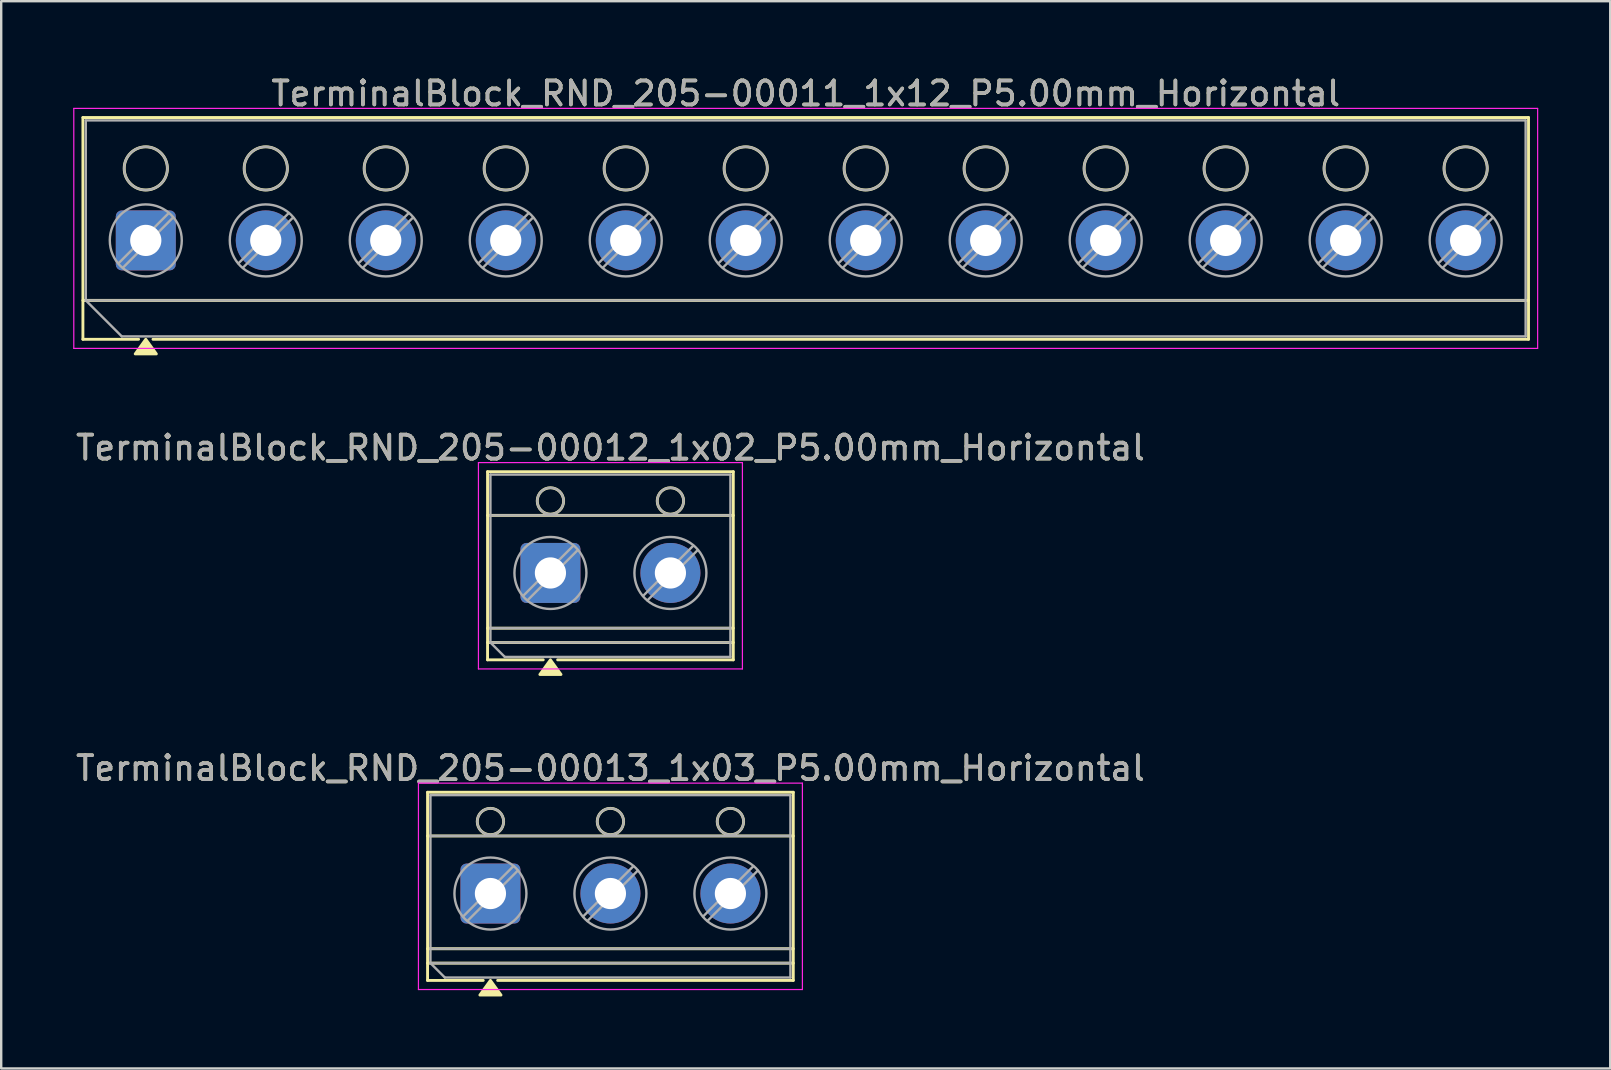
<source format=kicad_pcb>
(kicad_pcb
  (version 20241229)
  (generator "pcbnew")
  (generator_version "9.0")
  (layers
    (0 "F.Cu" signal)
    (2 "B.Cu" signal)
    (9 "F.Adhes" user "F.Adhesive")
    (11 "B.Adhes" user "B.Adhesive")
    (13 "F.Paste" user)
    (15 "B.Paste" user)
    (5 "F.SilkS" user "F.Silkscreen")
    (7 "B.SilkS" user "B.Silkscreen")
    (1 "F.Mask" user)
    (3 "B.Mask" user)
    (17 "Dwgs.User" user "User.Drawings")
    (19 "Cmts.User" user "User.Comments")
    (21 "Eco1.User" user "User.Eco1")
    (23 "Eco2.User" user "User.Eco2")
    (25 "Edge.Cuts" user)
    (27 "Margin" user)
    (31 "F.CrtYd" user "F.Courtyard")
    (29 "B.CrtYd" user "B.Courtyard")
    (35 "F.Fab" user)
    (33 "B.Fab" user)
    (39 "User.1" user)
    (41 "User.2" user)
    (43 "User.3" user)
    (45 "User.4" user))
  (footprint "TerminalBlock_RND_205-00012_1x02_P5.00mm_Horizontal"
    (layer "F.Cu")
    (at 19.887 20.826)
    (property "Reference" "TerminalBlock_RND_205-00012_1x02_P5.00mm_Horizontal" (at 2.5 -5.22 0) (layer "F.SilkS") (effects (font (size 1 1) (thickness 0.15))))
    (attr through_hole)
    (fp_line (start -2.62 -4.22) (end -2.62 3.62) (stroke (width 0.12) (type solid)) (layer "F.SilkS"))
    (fp_line (start -2.62 -4.22) (end 7.62 -4.22) (stroke (width 0.12) (type solid)) (layer "F.SilkS"))
    (fp_line (start -2.62 -2.4) (end 7.62 -2.4) (stroke (width 0.12) (type solid)) (layer "F.SilkS"))
    (fp_line (start -2.62 2.3) (end 7.62 2.3) (stroke (width 0.12) (type solid)) (layer "F.SilkS"))
    (fp_line (start -2.62 2.9) (end 7.62 2.9) (stroke (width 0.12) (type solid)) (layer "F.SilkS"))
    (fp_line (start -2.62 3.62) (end -0.3 3.62) (stroke (width 0.12) (type solid)) (layer "F.SilkS"))
    (fp_line (start 0.3 3.62) (end 7.62 3.62) (stroke (width 0.12) (type solid)) (layer "F.SilkS"))
    (fp_line (start 7.62 -4.22) (end 7.62 3.62) (stroke (width 0.12) (type solid)) (layer "F.SilkS"))
    (fp_circle (center 0 -3) (end 0.55 -3) (stroke (width 0.12) (type solid)) (fill no) (layer "F.SilkS"))
    (fp_circle (center 5 -3) (end 5.55 -3) (stroke (width 0.12) (type solid)) (fill no) (layer "F.SilkS"))
    (fp_poly (pts (xy 0 3.62) (xy 0.44 4.23) (xy -0.44 4.23)) (stroke (width 0.12) (type solid)) (fill yes) (layer "F.SilkS"))
    (fp_line (start -3 -4.6) (end -3 4) (stroke (width 0.05) (type solid)) (layer "F.CrtYd"))
    (fp_line (start -3 4) (end 8 4) (stroke (width 0.05) (type solid)) (layer "F.CrtYd"))
    (fp_line (start 8 -4.6) (end -3 -4.6) (stroke (width 0.05) (type solid)) (layer "F.CrtYd"))
    (fp_line (start 8 4) (end 8 -4.6) (stroke (width 0.05) (type solid)) (layer "F.CrtYd"))
    (fp_line (start -2.5 -4.1) (end 7.5 -4.1) (stroke (width 0.1) (type solid)) (layer "F.Fab"))
    (fp_line (start -2.5 -2.4) (end 7.5 -2.4) (stroke (width 0.1) (type solid)) (layer "F.Fab"))
    (fp_line (start -2.5 2.3) (end 7.5 2.3) (stroke (width 0.1) (type solid)) (layer "F.Fab"))
    (fp_line (start -2.5 2.9) (end -2.5 -4.1) (stroke (width 0.1) (type solid)) (layer "F.Fab"))
    (fp_line (start -2.5 2.9) (end 7.5 2.9) (stroke (width 0.1) (type solid)) (layer "F.Fab"))
    (fp_line (start -1.9 3.5) (end -2.5 2.9) (stroke (width 0.1) (type solid)) (layer "F.Fab"))
    (fp_line (start 0.955 -1.138) (end -1.138 0.955) (stroke (width 0.1) (type solid)) (layer "F.Fab"))
    (fp_line (start 1.138 -0.955) (end -0.955 1.138) (stroke (width 0.1) (type solid)) (layer "F.Fab"))
    (fp_line (start 5.955 -1.138) (end 3.862 0.955) (stroke (width 0.1) (type solid)) (layer "F.Fab"))
    (fp_line (start 6.138 -0.955) (end 4.045 1.138) (stroke (width 0.1) (type solid)) (layer "F.Fab"))
    (fp_line (start 7.5 -4.1) (end 7.5 3.5) (stroke (width 0.1) (type solid)) (layer "F.Fab"))
    (fp_line (start 7.5 3.5) (end -1.9 3.5) (stroke (width 0.1) (type solid)) (layer "F.Fab"))
    (fp_circle (center 0 -3) (end 0.55 -3) (stroke (width 0.1) (type solid)) (fill no) (layer "F.Fab"))
    (fp_circle (center 0 0) (end 1.5 0) (stroke (width 0.1) (type solid)) (fill no) (layer "F.Fab"))
    (fp_circle (center 5 -3) (end 5.55 -3) (stroke (width 0.1) (type solid)) (fill no) (layer "F.Fab"))
    (fp_circle (center 5 0) (end 6.5 0) (stroke (width 0.1) (type solid)) (fill no) (layer "F.Fab"))
    (fp_text user "${REFERENCE}" (at 2.5 -5.22 0) (layer "F.Fab") (effects (font (size 1 1) (thickness 0.15))))
    (pad "1" thru_hole roundrect (at 0 0) (size 2.5 2.5) (drill 1.3) (layers "*.Cu" "*.Mask") (roundrect_rratio 0.1))
    (pad "2" thru_hole circle (at 5 0) (size 2.5 2.5) (drill 1.3) (layers "*.Cu" "*.Mask")))
  (footprint "TerminalBlock_RND_205-00011_1x12_P5.00mm_Horizontal"
    (layer "F.Cu")
    (at 3.025 6.968)
    (property "Reference" "TerminalBlock_RND_205-00011_1x12_P5.00mm_Horizontal" (at 27.5 -6.12 0) (layer "F.SilkS") (effects (font (size 1 1) (thickness 0.15))))
    (attr through_hole)
    (fp_line (start -2.62 -5.12) (end -2.62 4.12) (stroke (width 0.12) (type solid)) (layer "F.SilkS"))
    (fp_line (start -2.62 -5.12) (end 57.62 -5.12) (stroke (width 0.12) (type solid)) (layer "F.SilkS"))
    (fp_line (start -2.62 2.5) (end 57.62 2.5) (stroke (width 0.12) (type solid)) (layer "F.SilkS"))
    (fp_line (start -2.62 4.12) (end -0.3 4.12) (stroke (width 0.12) (type solid)) (layer "F.SilkS"))
    (fp_line (start 0.3 4.12) (end 57.62 4.12) (stroke (width 0.12) (type solid)) (layer "F.SilkS"))
    (fp_line (start 57.62 -5.12) (end 57.62 4.12) (stroke (width 0.12) (type solid)) (layer "F.SilkS"))
    (fp_circle (center 0 -3) (end 0.9 -3) (stroke (width 0.12) (type solid)) (fill no) (layer "F.SilkS"))
    (fp_circle (center 5 -3) (end 5.9 -3) (stroke (width 0.12) (type solid)) (fill no) (layer "F.SilkS"))
    (fp_circle (center 10 -3) (end 10.9 -3) (stroke (width 0.12) (type solid)) (fill no) (layer "F.SilkS"))
    (fp_circle (center 15 -3) (end 15.9 -3) (stroke (width 0.12) (type solid)) (fill no) (layer "F.SilkS"))
    (fp_circle (center 20 -3) (end 20.9 -3) (stroke (width 0.12) (type solid)) (fill no) (layer "F.SilkS"))
    (fp_circle (center 25 -3) (end 25.9 -3) (stroke (width 0.12) (type solid)) (fill no) (layer "F.SilkS"))
    (fp_circle (center 30 -3) (end 30.9 -3) (stroke (width 0.12) (type solid)) (fill no) (layer "F.SilkS"))
    (fp_circle (center 35 -3) (end 35.9 -3) (stroke (width 0.12) (type solid)) (fill no) (layer "F.SilkS"))
    (fp_circle (center 40 -3) (end 40.9 -3) (stroke (width 0.12) (type solid)) (fill no) (layer "F.SilkS"))
    (fp_circle (center 45 -3) (end 45.9 -3) (stroke (width 0.12) (type solid)) (fill no) (layer "F.SilkS"))
    (fp_circle (center 50 -3) (end 50.9 -3) (stroke (width 0.12) (type solid)) (fill no) (layer "F.SilkS"))
    (fp_circle (center 55 -3) (end 55.9 -3) (stroke (width 0.12) (type solid)) (fill no) (layer "F.SilkS"))
    (fp_poly (pts (xy 0 4.12) (xy 0.44 4.73) (xy -0.44 4.73)) (stroke (width 0.12) (type solid)) (fill yes) (layer "F.SilkS"))
    (fp_line (start -3 -5.5) (end -3 4.5) (stroke (width 0.05) (type solid)) (layer "F.CrtYd"))
    (fp_line (start -3 4.5) (end 58 4.5) (stroke (width 0.05) (type solid)) (layer "F.CrtYd"))
    (fp_line (start 58 -5.5) (end -3 -5.5) (stroke (width 0.05) (type solid)) (layer "F.CrtYd"))
    (fp_line (start 58 4.5) (end 58 -5.5) (stroke (width 0.05) (type solid)) (layer "F.CrtYd"))
    (fp_line (start -2.5 -5) (end 57.5 -5) (stroke (width 0.1) (type solid)) (layer "F.Fab"))
    (fp_line (start -2.5 2.5) (end -2.5 -5) (stroke (width 0.1) (type solid)) (layer "F.Fab"))
    (fp_line (start -2.5 2.5) (end 57.5 2.5) (stroke (width 0.1) (type solid)) (layer "F.Fab"))
    (fp_line (start -1 4) (end -2.5 2.5) (stroke (width 0.1) (type solid)) (layer "F.Fab"))
    (fp_line (start 0.955 -1.138) (end -1.138 0.955) (stroke (width 0.1) (type solid)) (layer "F.Fab"))
    (fp_line (start 1.138 -0.955) (end -0.955 1.138) (stroke (width 0.1) (type solid)) (layer "F.Fab"))
    (fp_line (start 5.955 -1.138) (end 3.862 0.955) (stroke (width 0.1) (type solid)) (layer "F.Fab"))
    (fp_line (start 6.138 -0.955) (end 4.045 1.138) (stroke (width 0.1) (type solid)) (layer "F.Fab"))
    (fp_line (start 10.955 -1.138) (end 8.862 0.955) (stroke (width 0.1) (type solid)) (layer "F.Fab"))
    (fp_line (start 11.138 -0.955) (end 9.045 1.138) (stroke (width 0.1) (type solid)) (layer "F.Fab"))
    (fp_line (start 15.955 -1.138) (end 13.862 0.955) (stroke (width 0.1) (type solid)) (layer "F.Fab"))
    (fp_line (start 16.138 -0.955) (end 14.045 1.138) (stroke (width 0.1) (type solid)) (layer "F.Fab"))
    (fp_line (start 20.955 -1.138) (end 18.862 0.955) (stroke (width 0.1) (type solid)) (layer "F.Fab"))
    (fp_line (start 21.138 -0.955) (end 19.045 1.138) (stroke (width 0.1) (type solid)) (layer "F.Fab"))
    (fp_line (start 25.955 -1.138) (end 23.862 0.955) (stroke (width 0.1) (type solid)) (layer "F.Fab"))
    (fp_line (start 26.138 -0.955) (end 24.045 1.138) (stroke (width 0.1) (type solid)) (layer "F.Fab"))
    (fp_line (start 30.955 -1.138) (end 28.862 0.955) (stroke (width 0.1) (type solid)) (layer "F.Fab"))
    (fp_line (start 31.138 -0.955) (end 29.045 1.138) (stroke (width 0.1) (type solid)) (layer "F.Fab"))
    (fp_line (start 35.955 -1.138) (end 33.862 0.955) (stroke (width 0.1) (type solid)) (layer "F.Fab"))
    (fp_line (start 36.138 -0.955) (end 34.045 1.138) (stroke (width 0.1) (type solid)) (layer "F.Fab"))
    (fp_line (start 40.955 -1.138) (end 38.862 0.955) (stroke (width 0.1) (type solid)) (layer "F.Fab"))
    (fp_line (start 41.138 -0.955) (end 39.045 1.138) (stroke (width 0.1) (type solid)) (layer "F.Fab"))
    (fp_line (start 45.955 -1.138) (end 43.862 0.955) (stroke (width 0.1) (type solid)) (layer "F.Fab"))
    (fp_line (start 46.138 -0.955) (end 44.045 1.138) (stroke (width 0.1) (type solid)) (layer "F.Fab"))
    (fp_line (start 50.955 -1.138) (end 48.862 0.955) (stroke (width 0.1) (type solid)) (layer "F.Fab"))
    (fp_line (start 51.138 -0.955) (end 49.045 1.138) (stroke (width 0.1) (type solid)) (layer "F.Fab"))
    (fp_line (start 55.955 -1.138) (end 53.862 0.955) (stroke (width 0.1) (type solid)) (layer "F.Fab"))
    (fp_line (start 56.138 -0.955) (end 54.045 1.138) (stroke (width 0.1) (type solid)) (layer "F.Fab"))
    (fp_line (start 57.5 -5) (end 57.5 4) (stroke (width 0.1) (type solid)) (layer "F.Fab"))
    (fp_line (start 57.5 4) (end -1 4) (stroke (width 0.1) (type solid)) (layer "F.Fab"))
    (fp_circle (center 0 -3) (end 0.9 -3) (stroke (width 0.1) (type solid)) (fill no) (layer "F.Fab"))
    (fp_circle (center 0 0) (end 1.5 0) (stroke (width 0.1) (type solid)) (fill no) (layer "F.Fab"))
    (fp_circle (center 5 -3) (end 5.9 -3) (stroke (width 0.1) (type solid)) (fill no) (layer "F.Fab"))
    (fp_circle (center 5 0) (end 6.5 0) (stroke (width 0.1) (type solid)) (fill no) (layer "F.Fab"))
    (fp_circle (center 10 -3) (end 10.9 -3) (stroke (width 0.1) (type solid)) (fill no) (layer "F.Fab"))
    (fp_circle (center 10 0) (end 11.5 0) (stroke (width 0.1) (type solid)) (fill no) (layer "F.Fab"))
    (fp_circle (center 15 -3) (end 15.9 -3) (stroke (width 0.1) (type solid)) (fill no) (layer "F.Fab"))
    (fp_circle (center 15 0) (end 16.5 0) (stroke (width 0.1) (type solid)) (fill no) (layer "F.Fab"))
    (fp_circle (center 20 -3) (end 20.9 -3) (stroke (width 0.1) (type solid)) (fill no) (layer "F.Fab"))
    (fp_circle (center 20 0) (end 21.5 0) (stroke (width 0.1) (type solid)) (fill no) (layer "F.Fab"))
    (fp_circle (center 25 -3) (end 25.9 -3) (stroke (width 0.1) (type solid)) (fill no) (layer "F.Fab"))
    (fp_circle (center 25 0) (end 26.5 0) (stroke (width 0.1) (type solid)) (fill no) (layer "F.Fab"))
    (fp_circle (center 30 -3) (end 30.9 -3) (stroke (width 0.1) (type solid)) (fill no) (layer "F.Fab"))
    (fp_circle (center 30 0) (end 31.5 0) (stroke (width 0.1) (type solid)) (fill no) (layer "F.Fab"))
    (fp_circle (center 35 -3) (end 35.9 -3) (stroke (width 0.1) (type solid)) (fill no) (layer "F.Fab"))
    (fp_circle (center 35 0) (end 36.5 0) (stroke (width 0.1) (type solid)) (fill no) (layer "F.Fab"))
    (fp_circle (center 40 -3) (end 40.9 -3) (stroke (width 0.1) (type solid)) (fill no) (layer "F.Fab"))
    (fp_circle (center 40 0) (end 41.5 0) (stroke (width 0.1) (type solid)) (fill no) (layer "F.Fab"))
    (fp_circle (center 45 -3) (end 45.9 -3) (stroke (width 0.1) (type solid)) (fill no) (layer "F.Fab"))
    (fp_circle (center 45 0) (end 46.5 0) (stroke (width 0.1) (type solid)) (fill no) (layer "F.Fab"))
    (fp_circle (center 50 -3) (end 50.9 -3) (stroke (width 0.1) (type solid)) (fill no) (layer "F.Fab"))
    (fp_circle (center 50 0) (end 51.5 0) (stroke (width 0.1) (type solid)) (fill no) (layer "F.Fab"))
    (fp_circle (center 55 -3) (end 55.9 -3) (stroke (width 0.1) (type solid)) (fill no) (layer "F.Fab"))
    (fp_circle (center 55 0) (end 56.5 0) (stroke (width 0.1) (type solid)) (fill no) (layer "F.Fab"))
    (fp_text user "${REFERENCE}" (at 27.5 -6.12 0) (layer "F.Fab") (effects (font (size 1 1) (thickness 0.15))))
    (pad "1" thru_hole roundrect (at 0 0) (size 2.5 2.5) (drill 1.3) (layers "*.Cu" "*.Mask") (roundrect_rratio 0.1))
    (pad "2" thru_hole circle (at 5 0) (size 2.5 2.5) (drill 1.3) (layers "*.Cu" "*.Mask"))
    (pad "3" thru_hole circle (at 10 0) (size 2.5 2.5) (drill 1.3) (layers "*.Cu" "*.Mask"))
    (pad "4" thru_hole circle (at 15 0) (size 2.5 2.5) (drill 1.3) (layers "*.Cu" "*.Mask"))
    (pad "5" thru_hole circle (at 20 0) (size 2.5 2.5) (drill 1.3) (layers "*.Cu" "*.Mask"))
    (pad "6" thru_hole circle (at 25 0) (size 2.5 2.5) (drill 1.3) (layers "*.Cu" "*.Mask"))
    (pad "7" thru_hole circle (at 30 0) (size 2.5 2.5) (drill 1.3) (layers "*.Cu" "*.Mask"))
    (pad "8" thru_hole circle (at 35 0) (size 2.5 2.5) (drill 1.3) (layers "*.Cu" "*.Mask"))
    (pad "9" thru_hole circle (at 40 0) (size 2.5 2.5) (drill 1.3) (layers "*.Cu" "*.Mask"))
    (pad "10" thru_hole circle (at 45 0) (size 2.5 2.5) (drill 1.3) (layers "*.Cu" "*.Mask"))
    (pad "11" thru_hole circle (at 50 0) (size 2.5 2.5) (drill 1.3) (layers "*.Cu" "*.Mask"))
    (pad "12" thru_hole circle (at 55 0) (size 2.5 2.5) (drill 1.3) (layers "*.Cu" "*.Mask")))
  (footprint "TerminalBlock_RND_205-00013_1x03_P5.00mm_Horizontal"
    (layer "F.Cu")
    (at 17.387 34.185)
    (property "Reference" "TerminalBlock_RND_205-00013_1x03_P5.00mm_Horizontal" (at 5 -5.22 0) (layer "F.SilkS") (effects (font (size 1 1) (thickness 0.15))))
    (attr through_hole)
    (fp_line (start -2.62 -4.22) (end -2.62 3.62) (stroke (width 0.12) (type solid)) (layer "F.SilkS"))
    (fp_line (start -2.62 -4.22) (end 12.62 -4.22) (stroke (width 0.12) (type solid)) (layer "F.SilkS"))
    (fp_line (start -2.62 -2.4) (end 12.62 -2.4) (stroke (width 0.12) (type solid)) (layer "F.SilkS"))
    (fp_line (start -2.62 2.3) (end 12.62 2.3) (stroke (width 0.12) (type solid)) (layer "F.SilkS"))
    (fp_line (start -2.62 2.9) (end 12.62 2.9) (stroke (width 0.12) (type solid)) (layer "F.SilkS"))
    (fp_line (start -2.62 3.62) (end -0.3 3.62) (stroke (width 0.12) (type solid)) (layer "F.SilkS"))
    (fp_line (start 0.3 3.62) (end 12.62 3.62) (stroke (width 0.12) (type solid)) (layer "F.SilkS"))
    (fp_line (start 12.62 -4.22) (end 12.62 3.62) (stroke (width 0.12) (type solid)) (layer "F.SilkS"))
    (fp_circle (center 0 -3) (end 0.55 -3) (stroke (width 0.12) (type solid)) (fill no) (layer "F.SilkS"))
    (fp_circle (center 5 -3) (end 5.55 -3) (stroke (width 0.12) (type solid)) (fill no) (layer "F.SilkS"))
    (fp_circle (center 10 -3) (end 10.55 -3) (stroke (width 0.12) (type solid)) (fill no) (layer "F.SilkS"))
    (fp_poly (pts (xy 0 3.62) (xy 0.44 4.23) (xy -0.44 4.23)) (stroke (width 0.12) (type solid)) (fill yes) (layer "F.SilkS"))
    (fp_line (start -3 -4.6) (end -3 4) (stroke (width 0.05) (type solid)) (layer "F.CrtYd"))
    (fp_line (start -3 4) (end 13 4) (stroke (width 0.05) (type solid)) (layer "F.CrtYd"))
    (fp_line (start 13 -4.6) (end -3 -4.6) (stroke (width 0.05) (type solid)) (layer "F.CrtYd"))
    (fp_line (start 13 4) (end 13 -4.6) (stroke (width 0.05) (type solid)) (layer "F.CrtYd"))
    (fp_line (start -2.5 -4.1) (end 12.5 -4.1) (stroke (width 0.1) (type solid)) (layer "F.Fab"))
    (fp_line (start -2.5 -2.4) (end 12.5 -2.4) (stroke (width 0.1) (type solid)) (layer "F.Fab"))
    (fp_line (start -2.5 2.3) (end 12.5 2.3) (stroke (width 0.1) (type solid)) (layer "F.Fab"))
    (fp_line (start -2.5 2.9) (end -2.5 -4.1) (stroke (width 0.1) (type solid)) (layer "F.Fab"))
    (fp_line (start -2.5 2.9) (end 12.5 2.9) (stroke (width 0.1) (type solid)) (layer "F.Fab"))
    (fp_line (start -1.9 3.5) (end -2.5 2.9) (stroke (width 0.1) (type solid)) (layer "F.Fab"))
    (fp_line (start 0.955 -1.138) (end -1.138 0.955) (stroke (width 0.1) (type solid)) (layer "F.Fab"))
    (fp_line (start 1.138 -0.955) (end -0.955 1.138) (stroke (width 0.1) (type solid)) (layer "F.Fab"))
    (fp_line (start 5.955 -1.138) (end 3.862 0.955) (stroke (width 0.1) (type solid)) (layer "F.Fab"))
    (fp_line (start 6.138 -0.955) (end 4.045 1.138) (stroke (width 0.1) (type solid)) (layer "F.Fab"))
    (fp_line (start 10.955 -1.138) (end 8.862 0.955) (stroke (width 0.1) (type solid)) (layer "F.Fab"))
    (fp_line (start 11.138 -0.955) (end 9.045 1.138) (stroke (width 0.1) (type solid)) (layer "F.Fab"))
    (fp_line (start 12.5 -4.1) (end 12.5 3.5) (stroke (width 0.1) (type solid)) (layer "F.Fab"))
    (fp_line (start 12.5 3.5) (end -1.9 3.5) (stroke (width 0.1) (type solid)) (layer "F.Fab"))
    (fp_circle (center 0 -3) (end 0.55 -3) (stroke (width 0.1) (type solid)) (fill no) (layer "F.Fab"))
    (fp_circle (center 0 0) (end 1.5 0) (stroke (width 0.1) (type solid)) (fill no) (layer "F.Fab"))
    (fp_circle (center 5 -3) (end 5.55 -3) (stroke (width 0.1) (type solid)) (fill no) (layer "F.Fab"))
    (fp_circle (center 5 0) (end 6.5 0) (stroke (width 0.1) (type solid)) (fill no) (layer "F.Fab"))
    (fp_circle (center 10 -3) (end 10.55 -3) (stroke (width 0.1) (type solid)) (fill no) (layer "F.Fab"))
    (fp_circle (center 10 0) (end 11.5 0) (stroke (width 0.1) (type solid)) (fill no) (layer "F.Fab"))
    (fp_text user "${REFERENCE}" (at 5 -5.22 0) (layer "F.Fab") (effects (font (size 1 1) (thickness 0.15))))
    (pad "1" thru_hole roundrect (at 0 0) (size 2.5 2.5) (drill 1.3) (layers "*.Cu" "*.Mask") (roundrect_rratio 0.1))
    (pad "2" thru_hole circle (at 5 0) (size 2.5 2.5) (drill 1.3) (layers "*.Cu" "*.Mask"))
    (pad "3" thru_hole circle (at 10 0) (size 2.5 2.5) (drill 1.3) (layers "*.Cu" "*.Mask")))
  (gr_rect
    (start -3 -3)
    (end 64.05 41.475)
    (stroke (width 0.1) (type default))
    (fill no)
    (layer "Edge.Cuts")))
</source>
